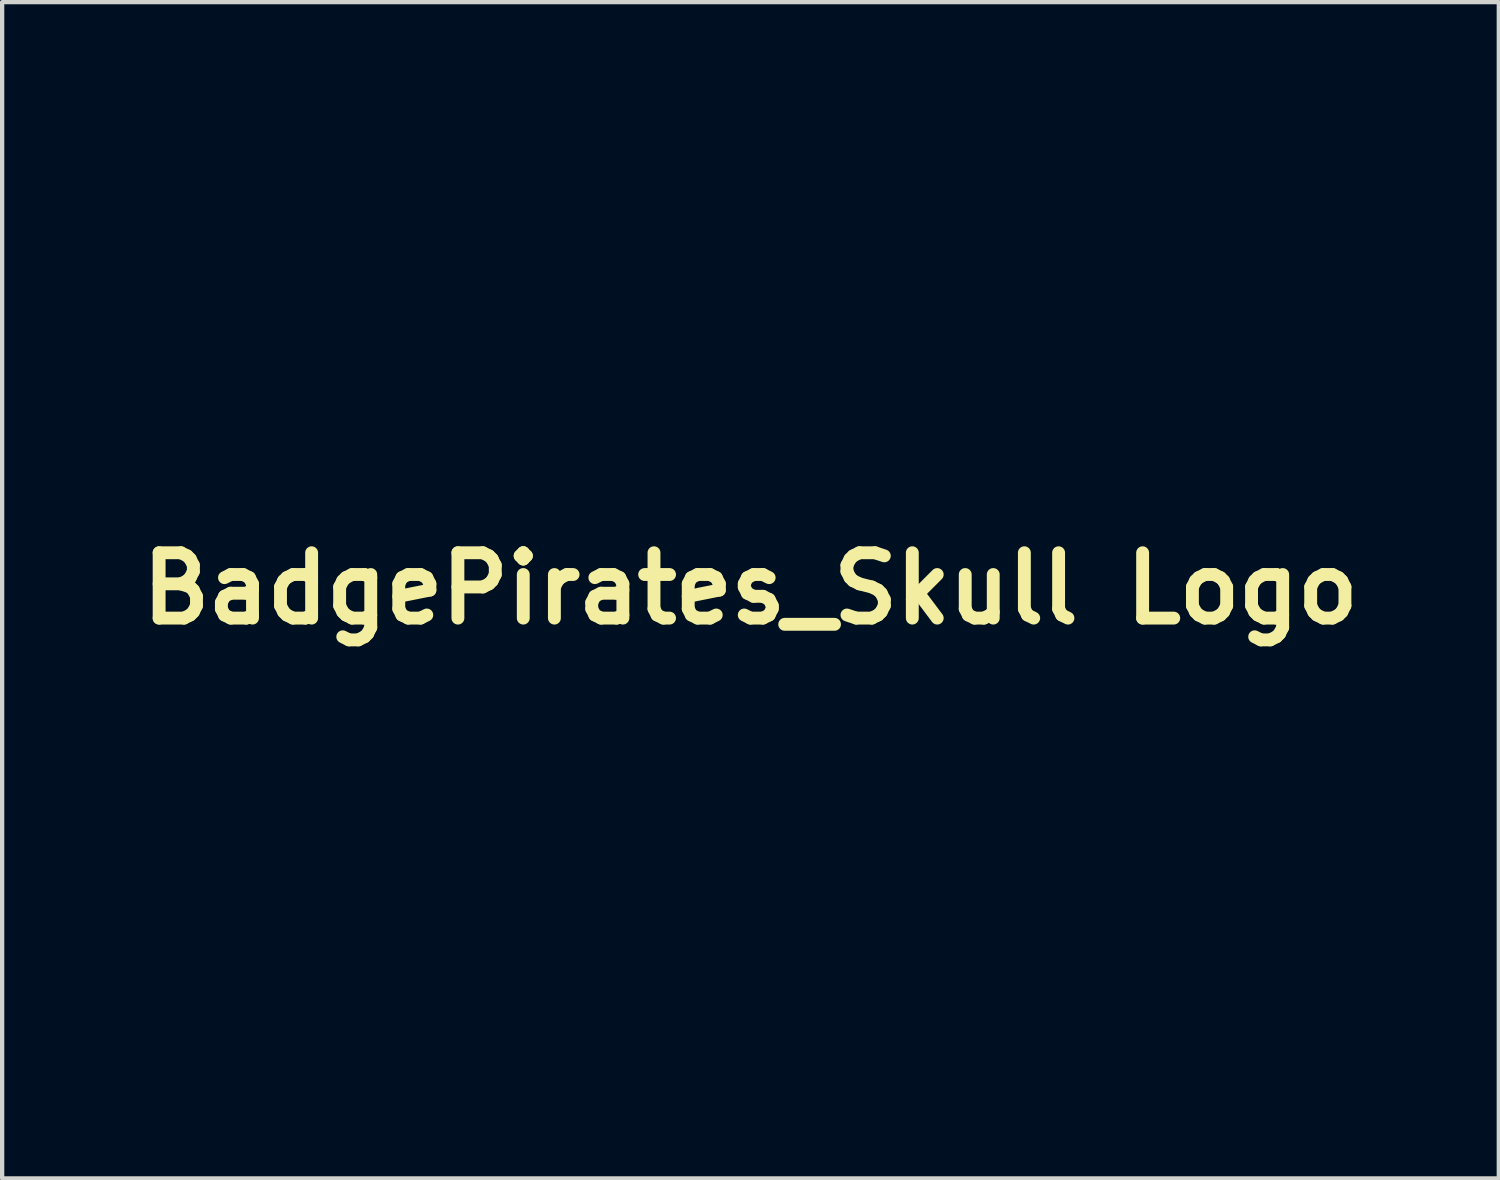
<source format=kicad_pcb>
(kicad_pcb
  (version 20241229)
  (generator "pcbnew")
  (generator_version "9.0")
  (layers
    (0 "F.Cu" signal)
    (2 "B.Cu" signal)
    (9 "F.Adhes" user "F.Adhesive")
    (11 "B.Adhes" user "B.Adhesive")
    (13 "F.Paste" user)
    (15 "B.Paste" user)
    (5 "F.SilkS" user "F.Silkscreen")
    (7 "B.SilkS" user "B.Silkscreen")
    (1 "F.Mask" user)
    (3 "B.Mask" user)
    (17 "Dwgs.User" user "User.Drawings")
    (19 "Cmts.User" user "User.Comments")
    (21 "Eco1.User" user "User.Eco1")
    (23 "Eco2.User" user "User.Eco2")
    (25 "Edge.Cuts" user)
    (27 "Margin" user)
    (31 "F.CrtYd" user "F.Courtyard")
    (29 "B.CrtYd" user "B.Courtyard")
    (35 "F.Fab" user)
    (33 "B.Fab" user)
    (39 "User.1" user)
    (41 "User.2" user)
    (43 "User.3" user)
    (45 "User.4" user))
  (footprint "BadgePirates_Skull Logo"
    (layer "F.Cu")
    (at 14.449 10.673)
    (property "Reference" "BadgePirates_Skull Logo" (at 0 0 0) (layer "F.SilkS") (effects (font (size 1.524 1.524) (thickness 0.3))))
    (attr through_hole)
    (fp_poly (pts (xy -3.996 -1.955) (xy -3.959 -1.899) (xy -3.942 -1.773) (xy -3.937 -1.551) (xy -3.937 -1.492) (xy -3.937 -1.016) (xy -3.615 -1.016) (xy -3.402 -1.029) (xy -3.224 -1.062) (xy -3.168 -1.083) (xy -2.997 -1.123) (xy -2.851 -1.073) (xy -2.764 -0.958) (xy -2.768 -0.802) (xy -2.77 -0.796) (xy -2.861 -0.697) (xy -2.998 -0.653) (xy -3.12 -0.683) (xy -3.131 -0.692) (xy -3.229 -0.73) (xy -3.409 -0.756) (xy -3.566 -0.762) (xy -3.931 -0.762) (xy -3.95 -0.302) (xy -3.963 -0.062) (xy -3.985 0.076) (xy -4.022 0.141) (xy -4.084 0.159) (xy -4.096 0.159) (xy -4.169 0.142) (xy -4.211 0.073) (xy -4.234 -0.078) (xy -4.242 -0.204) (xy -4.261 -0.566) (xy -4.771 -0.188) (xy -5.037 0.004) (xy -5.225 0.123) (xy -5.351 0.179) (xy -5.436 0.179) (xy -5.482 0.148) (xy -5.503 0.068) (xy -5.519 -0.103) (xy -5.522 -0.246) (xy -5.207 -0.246) (xy -4.937 -0.442) (xy -4.746 -0.582) (xy -4.571 -0.713) (xy -4.509 -0.759) (xy -4.409 -0.849) (xy -4.381 -0.904) (xy -4.382 -0.905) (xy -4.444 -0.953) (xy -4.581 -1.057) (xy -4.765 -1.196) (xy -4.81 -1.231) (xy -5.207 -1.531) (xy -5.207 -0.246) (xy -5.522 -0.246) (xy -5.524 -0.328) (xy -5.524 -0.334) (xy -5.524 -0.773) (xy -5.921 -0.741) (xy -6.159 -0.72) (xy -6.364 -0.7) (xy -6.469 -0.688) (xy -6.626 -0.716) (xy -6.691 -0.778) (xy -6.725 -0.922) (xy -6.659 -1.039) (xy -6.522 -1.093) (xy -6.469 -1.09) (xy -6.325 -1.074) (xy -6.108 -1.053) (xy -5.921 -1.037) (xy -5.524 -1.005) (xy -5.524 -1.447) (xy -5.517 -1.724) (xy -5.484 -1.895) (xy -5.411 -1.966) (xy -5.284 -1.941) (xy -5.088 -1.824) (xy -4.852 -1.652) (xy -4.634 -1.491) (xy -4.454 -1.364) (xy -4.335 -1.287) (xy -4.302 -1.272) (xy -4.272 -1.327) (xy -4.256 -1.466) (xy -4.255 -1.519) (xy -4.238 -1.769) (xy -4.184 -1.913) (xy -4.085 -1.967) (xy -4.057 -1.968) (xy -3.996 -1.955)) (stroke (width 0.01) (type solid)) (fill yes) (layer "F.Mask"))
    (fp_poly (pts (xy 0.491 -10.662) (xy 1.028 -10.642) (xy 1.506 -10.604) (xy 1.96 -10.543) (xy 2.425 -10.457) (xy 2.935 -10.34) (xy 3.143 -10.288) (xy 4.232 -9.954) (xy 5.255 -9.52) (xy 6.22 -8.982) (xy 7.137 -8.332) (xy 8.015 -7.566) (xy 8.403 -7.18) (xy 8.955 -6.565) (xy 9.417 -5.952) (xy 9.817 -5.302) (xy 10.02 -4.918) (xy 10.28 -4.317) (xy 10.482 -3.683) (xy 10.624 -3.034) (xy 10.705 -2.391) (xy 10.723 -1.774) (xy 10.676 -1.204) (xy 10.563 -0.7) (xy 10.383 -0.281) (xy 10.381 -0.278) (xy 10.277 -0.129) (xy 10.106 0.085) (xy 9.889 0.338) (xy 9.649 0.605) (xy 9.586 0.673) (xy 9.361 0.915) (xy 9.172 1.127) (xy 9.033 1.29) (xy 8.961 1.387) (xy 8.954 1.403) (xy 8.945 1.44) (xy 8.908 1.449) (xy 8.824 1.426) (xy 8.676 1.362) (xy 8.446 1.252) (xy 8.207 1.135) (xy 7.896 0.974) (xy 7.692 0.851) (xy 7.583 0.758) (xy 7.556 0.697) (xy 7.571 0.586) (xy 7.609 0.387) (xy 7.664 0.135) (xy 7.691 0.021) (xy 7.788 -0.597) (xy 7.777 -1.207) (xy 7.657 -1.826) (xy 7.423 -2.47) (xy 7.272 -2.791) (xy 6.949 -3.316) (xy 6.559 -3.761) (xy 6.114 -4.122) (xy 5.63 -4.392) (xy 5.12 -4.565) (xy 4.599 -4.634) (xy 4.081 -4.595) (xy 3.581 -4.441) (xy 3.481 -4.394) (xy 3.19 -4.232) (xy 2.932 -4.044) (xy 2.672 -3.802) (xy 2.38 -3.479) (xy 2.364 -3.46) (xy 2.092 -3.143) (xy 1.091 -4.159) (xy 0.032 -5.295) (xy -1.001 -6.523) (xy -1.982 -7.809) (xy -2.647 -8.763) (xy -2.859 -9.086) (xy -3.058 -9.4) (xy -3.233 -9.685) (xy -3.371 -9.922) (xy -3.462 -10.092) (xy -3.493 -10.173) (xy -3.454 -10.204) (xy -3.333 -10.245) (xy -3.12 -10.299) (xy -2.804 -10.37) (xy -2.378 -10.458) (xy -2.138 -10.506) (xy -1.812 -10.567) (xy -1.523 -10.611) (xy -1.239 -10.64) (xy -0.924 -10.658) (xy -0.547 -10.666) (xy -0.138 -10.668) (xy 0.491 -10.662)) (stroke (width 0.01) (type solid)) (fill yes) (layer "F.Mask"))
    (fp_poly (pts (xy -4.934 -9.537) (xy -4.827 -9.403) (xy -4.734 -9.255) (xy -4.467 -8.804) (xy -4.13 -8.28) (xy -3.738 -7.703) (xy -3.308 -7.094) (xy -2.853 -6.474) (xy -2.39 -5.864) (xy -1.934 -5.285) (xy -1.499 -4.758) (xy -1.339 -4.572) (xy -1.021 -4.212) (xy -0.67 -3.827) (xy -0.303 -3.433) (xy 0.063 -3.049) (xy 0.413 -2.689) (xy 0.729 -2.373) (xy 0.996 -2.116) (xy 1.197 -1.936) (xy 1.212 -1.923) (xy 1.633 -1.577) (xy 1.671 -1.027) (xy 1.772 -0.291) (xy 1.968 0.383) (xy 2.252 0.988) (xy 2.618 1.514) (xy 3.059 1.954) (xy 3.569 2.299) (xy 4.142 2.541) (xy 4.375 2.605) (xy 4.827 2.659) (xy 5.301 2.628) (xy 5.757 2.52) (xy 6.159 2.341) (xy 6.33 2.225) (xy 6.481 2.134) (xy 6.614 2.095) (xy 6.614 2.095) (xy 6.738 2.123) (xy 6.921 2.195) (xy 7.137 2.297) (xy 7.354 2.412) (xy 7.544 2.525) (xy 7.679 2.622) (xy 7.728 2.685) (xy 7.728 2.689) (xy 7.685 2.775) (xy 7.593 2.944) (xy 7.468 3.167) (xy 7.372 3.336) (xy 7.153 3.739) (xy 6.978 4.118) (xy 6.841 4.495) (xy 6.739 4.892) (xy 6.666 5.33) (xy 6.619 5.83) (xy 6.592 6.415) (xy 6.581 7.083) (xy 6.577 7.564) (xy 6.568 7.935) (xy 6.549 8.217) (xy 6.514 8.426) (xy 6.457 8.581) (xy 6.372 8.701) (xy 6.254 8.803) (xy 6.097 8.906) (xy 5.987 8.972) (xy 5.788 9.087) (xy 5.548 9.22) (xy 5.291 9.357) (xy 5.042 9.486) (xy 4.827 9.594) (xy 4.669 9.668) (xy 4.595 9.694) (xy 4.592 9.694) (xy 4.586 9.629) (xy 4.577 9.459) (xy 4.567 9.207) (xy 4.556 8.895) (xy 4.551 8.724) (xy 4.529 8.229) (xy 4.49 7.846) (xy 4.43 7.558) (xy 4.344 7.351) (xy 4.228 7.209) (xy 4.078 7.118) (xy 4.074 7.116) (xy 3.791 7.061) (xy 3.514 7.118) (xy 3.269 7.273) (xy 3.079 7.511) (xy 2.987 7.737) (xy 2.962 7.901) (xy 2.942 8.172) (xy 2.93 8.528) (xy 2.925 8.95) (xy 2.925 9.179) (xy 2.927 9.552) (xy 2.926 9.878) (xy 2.924 10.137) (xy 2.919 10.309) (xy 2.912 10.375) (xy 2.827 10.404) (xy 2.646 10.449) (xy 2.397 10.502) (xy 2.109 10.56) (xy 1.81 10.616) (xy 1.53 10.665) (xy 1.296 10.701) (xy 1.159 10.717) (xy 0.762 10.749) (xy 0.762 9.804) (xy 0.757 9.343) (xy 0.74 8.989) (xy 0.707 8.722) (xy 0.654 8.521) (xy 0.579 8.368) (xy 0.476 8.24) (xy 0.467 8.231) (xy 0.323 8.12) (xy 0.152 8.072) (xy 0 8.065) (xy -0.232 8.09) (xy -0.414 8.172) (xy -0.553 8.324) (xy -0.652 8.556) (xy -0.716 8.88) (xy -0.752 9.306) (xy -0.762 9.839) (xy -0.762 10.732) (xy -1.032 10.727) (xy -1.204 10.713) (xy -1.462 10.675) (xy -1.769 10.621) (xy -2.032 10.569) (xy -2.326 10.506) (xy -2.578 10.45) (xy -2.76 10.407) (xy -2.842 10.385) (xy -2.873 10.337) (xy -2.896 10.213) (xy -2.911 10) (xy -2.919 9.685) (xy -2.921 9.294) (xy -2.927 8.722) (xy -2.948 8.262) (xy -2.984 7.899) (xy -3.039 7.621) (xy -3.115 7.411) (xy -3.214 7.257) (xy -3.25 7.217) (xy -3.374 7.108) (xy -3.492 7.059) (xy -3.656 7.055) (xy -3.762 7.064) (xy -3.989 7.103) (xy -4.148 7.181) (xy -4.263 7.291) (xy -4.379 7.445) (xy -4.463 7.623) (xy -4.52 7.848) (xy -4.554 8.141) (xy -4.569 8.524) (xy -4.572 8.811) (xy -4.575 9.121) (xy -4.585 9.38) (xy -4.599 9.563) (xy -4.616 9.649) (xy -4.621 9.652) (xy -4.72 9.62) (xy -4.902 9.534) (xy -5.143 9.407) (xy -5.418 9.253) (xy -5.704 9.087) (xy -5.976 8.922) (xy -6.211 8.773) (xy -6.386 8.653) (xy -6.475 8.575) (xy -6.479 8.569) (xy -6.498 8.471) (xy -6.515 8.268) (xy -6.529 7.983) (xy -6.538 7.637) (xy -6.541 7.259) (xy -6.545 6.717) (xy -6.559 6.273) (xy -6.586 5.898) (xy -6.632 5.563) (xy -6.7 5.239) (xy -6.794 4.897) (xy -6.918 4.508) (xy -6.926 4.481) (xy -7.055 4.116) (xy -7.186 3.794) (xy -7.333 3.494) (xy -7.403 3.377) (xy -1.068 3.377) (xy -1.063 3.568) (xy -1.059 3.609) (xy -0.974 3.961) (xy -0.809 4.26) (xy -0.582 4.493) (xy -0.314 4.644) (xy -0.023 4.702) (xy 0.272 4.652) (xy 0.368 4.609) (xy 0.653 4.404) (xy 0.892 4.126) (xy 1.062 3.81) (xy 1.14 3.493) (xy 1.143 3.43) (xy 1.12 3.29) (xy 1.057 3.059) (xy 0.964 2.763) (xy 0.848 2.426) (xy 0.72 2.074) (xy 0.589 1.734) (xy 0.462 1.431) (xy 0.365 1.221) (xy 0.233 1.08) (xy 0.048 1.031) (xy -0.112 1.071) (xy -0.221 1.179) (xy -0.357 1.386) (xy -0.507 1.674) (xy -0.662 2.02) (xy -0.811 2.403) (xy -0.889 2.628) (xy -0.988 2.945) (xy -1.046 3.182) (xy -1.068 3.377) (xy -7.403 3.377) (xy -7.507 3.201) (xy -7.721 2.894) (xy -7.986 2.557) (xy -8.314 2.171) (xy -8.718 1.716) (xy -8.817 1.607) (xy -9.304 1.06) (xy -9.703 0.591) (xy -10.018 0.194) (xy -10.257 -0.14) (xy -10.424 -0.416) (xy -10.471 -0.508) (xy -10.543 -0.68) (xy -10.593 -0.848) (xy -10.594 -0.857) (xy -7.707 -0.857) (xy -7.671 -0.178) (xy -7.554 0.416) (xy -7.35 0.945) (xy -7.052 1.426) (xy -6.783 1.747) (xy -6.334 2.149) (xy -5.846 2.436) (xy -5.331 2.605) (xy -4.795 2.652) (xy -4.25 2.576) (xy -4.235 2.572) (xy -3.743 2.404) (xy -3.313 2.163) (xy -2.908 1.827) (xy -2.784 1.702) (xy -2.356 1.172) (xy -2.012 0.568) (xy -1.763 -0.083) (xy -1.619 -0.754) (xy -1.587 -1.238) (xy -1.638 -1.853) (xy -1.782 -2.459) (xy -2.008 -3.028) (xy -2.307 -3.531) (xy -2.599 -3.876) (xy -2.956 -4.181) (xy -3.342 -4.402) (xy -3.795 -4.559) (xy -4.021 -4.612) (xy -4.547 -4.659) (xy -5.075 -4.587) (xy -5.592 -4.405) (xy -6.084 -4.118) (xy -6.535 -3.736) (xy -6.933 -3.266) (xy -7.113 -2.99) (xy -7.4 -2.438) (xy -7.586 -1.904) (xy -7.684 -1.342) (xy -7.707 -0.857) (xy -10.594 -0.857) (xy -10.625 -1.047) (xy -10.645 -1.31) (xy -10.657 -1.623) (xy -10.643 -2.338) (xy -10.553 -3.036) (xy -10.381 -3.744) (xy -10.121 -4.486) (xy -9.869 -5.071) (xy -9.603 -5.564) (xy -9.246 -6.097) (xy -8.816 -6.65) (xy -8.333 -7.199) (xy -7.816 -7.722) (xy -7.283 -8.199) (xy -6.91 -8.493) (xy -6.638 -8.686) (xy -6.331 -8.888) (xy -6.011 -9.085) (xy -5.7 -9.267) (xy -5.42 -9.419) (xy -5.193 -9.529) (xy -5.042 -9.584) (xy -5.011 -9.588) (xy -4.934 -9.537)) (stroke (width 0.01) (type solid)) (fill yes) (layer "F.Mask")))
  (gr_rect
    (start -3 -3)
    (end 31.898 24.427)
    (stroke (width 0.1) (type default))
    (fill no)
    (layer "Edge.Cuts")))
</source>
